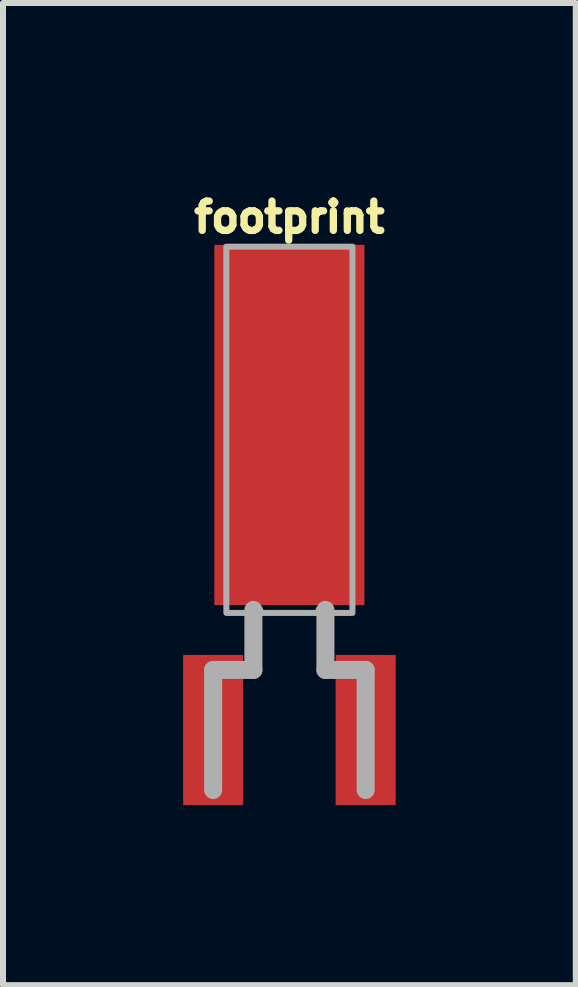
<source format=kicad_pcb>
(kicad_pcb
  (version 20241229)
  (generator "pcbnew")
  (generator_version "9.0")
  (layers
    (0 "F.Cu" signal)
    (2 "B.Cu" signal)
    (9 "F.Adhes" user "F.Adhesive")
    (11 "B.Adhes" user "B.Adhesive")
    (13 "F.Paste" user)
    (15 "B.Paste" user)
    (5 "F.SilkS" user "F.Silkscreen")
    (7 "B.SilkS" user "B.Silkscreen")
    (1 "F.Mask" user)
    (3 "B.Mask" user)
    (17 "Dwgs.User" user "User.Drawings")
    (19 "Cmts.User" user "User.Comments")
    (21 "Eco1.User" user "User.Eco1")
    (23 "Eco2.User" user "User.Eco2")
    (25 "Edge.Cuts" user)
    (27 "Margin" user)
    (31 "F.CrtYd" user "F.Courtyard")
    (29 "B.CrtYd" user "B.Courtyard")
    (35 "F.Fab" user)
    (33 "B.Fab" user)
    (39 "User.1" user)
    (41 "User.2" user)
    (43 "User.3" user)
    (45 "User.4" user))
  (footprint "footprint"
    (layer "F.Cu")
    (at 1.77 9.108)
    (property "Reference" "footprint" (at 0 -8.255 0) (layer "F.SilkS") (effects (font (size 0.488 0.488) (thickness 0.122)) (justify bottom)))
    (fp_line (start -1.27 -1) (end -0.6 -1) (stroke (width 0.3) (type solid)) (layer "F.Fab"))
    (fp_line (start -1.27 1) (end -1.27 -1) (stroke (width 0.3) (type solid)) (layer "F.Fab"))
    (fp_line (start -0.6 -2) (end -0.5 -2) (stroke (width 0.127) (type solid)) (layer "F.Fab"))
    (fp_line (start -0.6 -1) (end -0.6 -2) (stroke (width 0.3) (type solid)) (layer "F.Fab"))
    (fp_line (start 0.6 -2) (end 0.5 -2) (stroke (width 0.127) (type solid)) (layer "F.Fab"))
    (fp_line (start 0.6 -1) (end 0.6 -2) (stroke (width 0.3) (type solid)) (layer "F.Fab"))
    (fp_line (start 1.27 -1) (end 0.6 -1) (stroke (width 0.3) (type solid)) (layer "F.Fab"))
    (fp_line (start 1.27 1) (end 1.27 -1) (stroke (width 0.3) (type solid)) (layer "F.Fab"))
    (fp_poly (pts (xy 1.05 -1.95) (xy -1.05 -1.95) (xy -1.05 -8.05) (xy 1.05 -8.05)) (stroke (width 0.1) (type solid)) (fill no) (layer "F.Fab"))
    (pad "SHEILD" smd rect (at 0 -5.08) (size 2.5 6) (layers "F.Cu" "F.Mask" "F.Paste"))
    (pad "X1" smd rect (at -1.27 0) (size 1 2.5) (layers "F.Cu" "F.Mask" "F.Paste"))
    (pad "X2" smd rect (at 1.27 0) (size 1 2.5) (layers "F.Cu" "F.Mask" "F.Paste")))
  (gr_rect
    (start -3 -3)
    (end 6.54 13.358)
    (stroke (width 0.1) (type default))
    (fill no)
    (layer "Edge.Cuts")))
</source>
